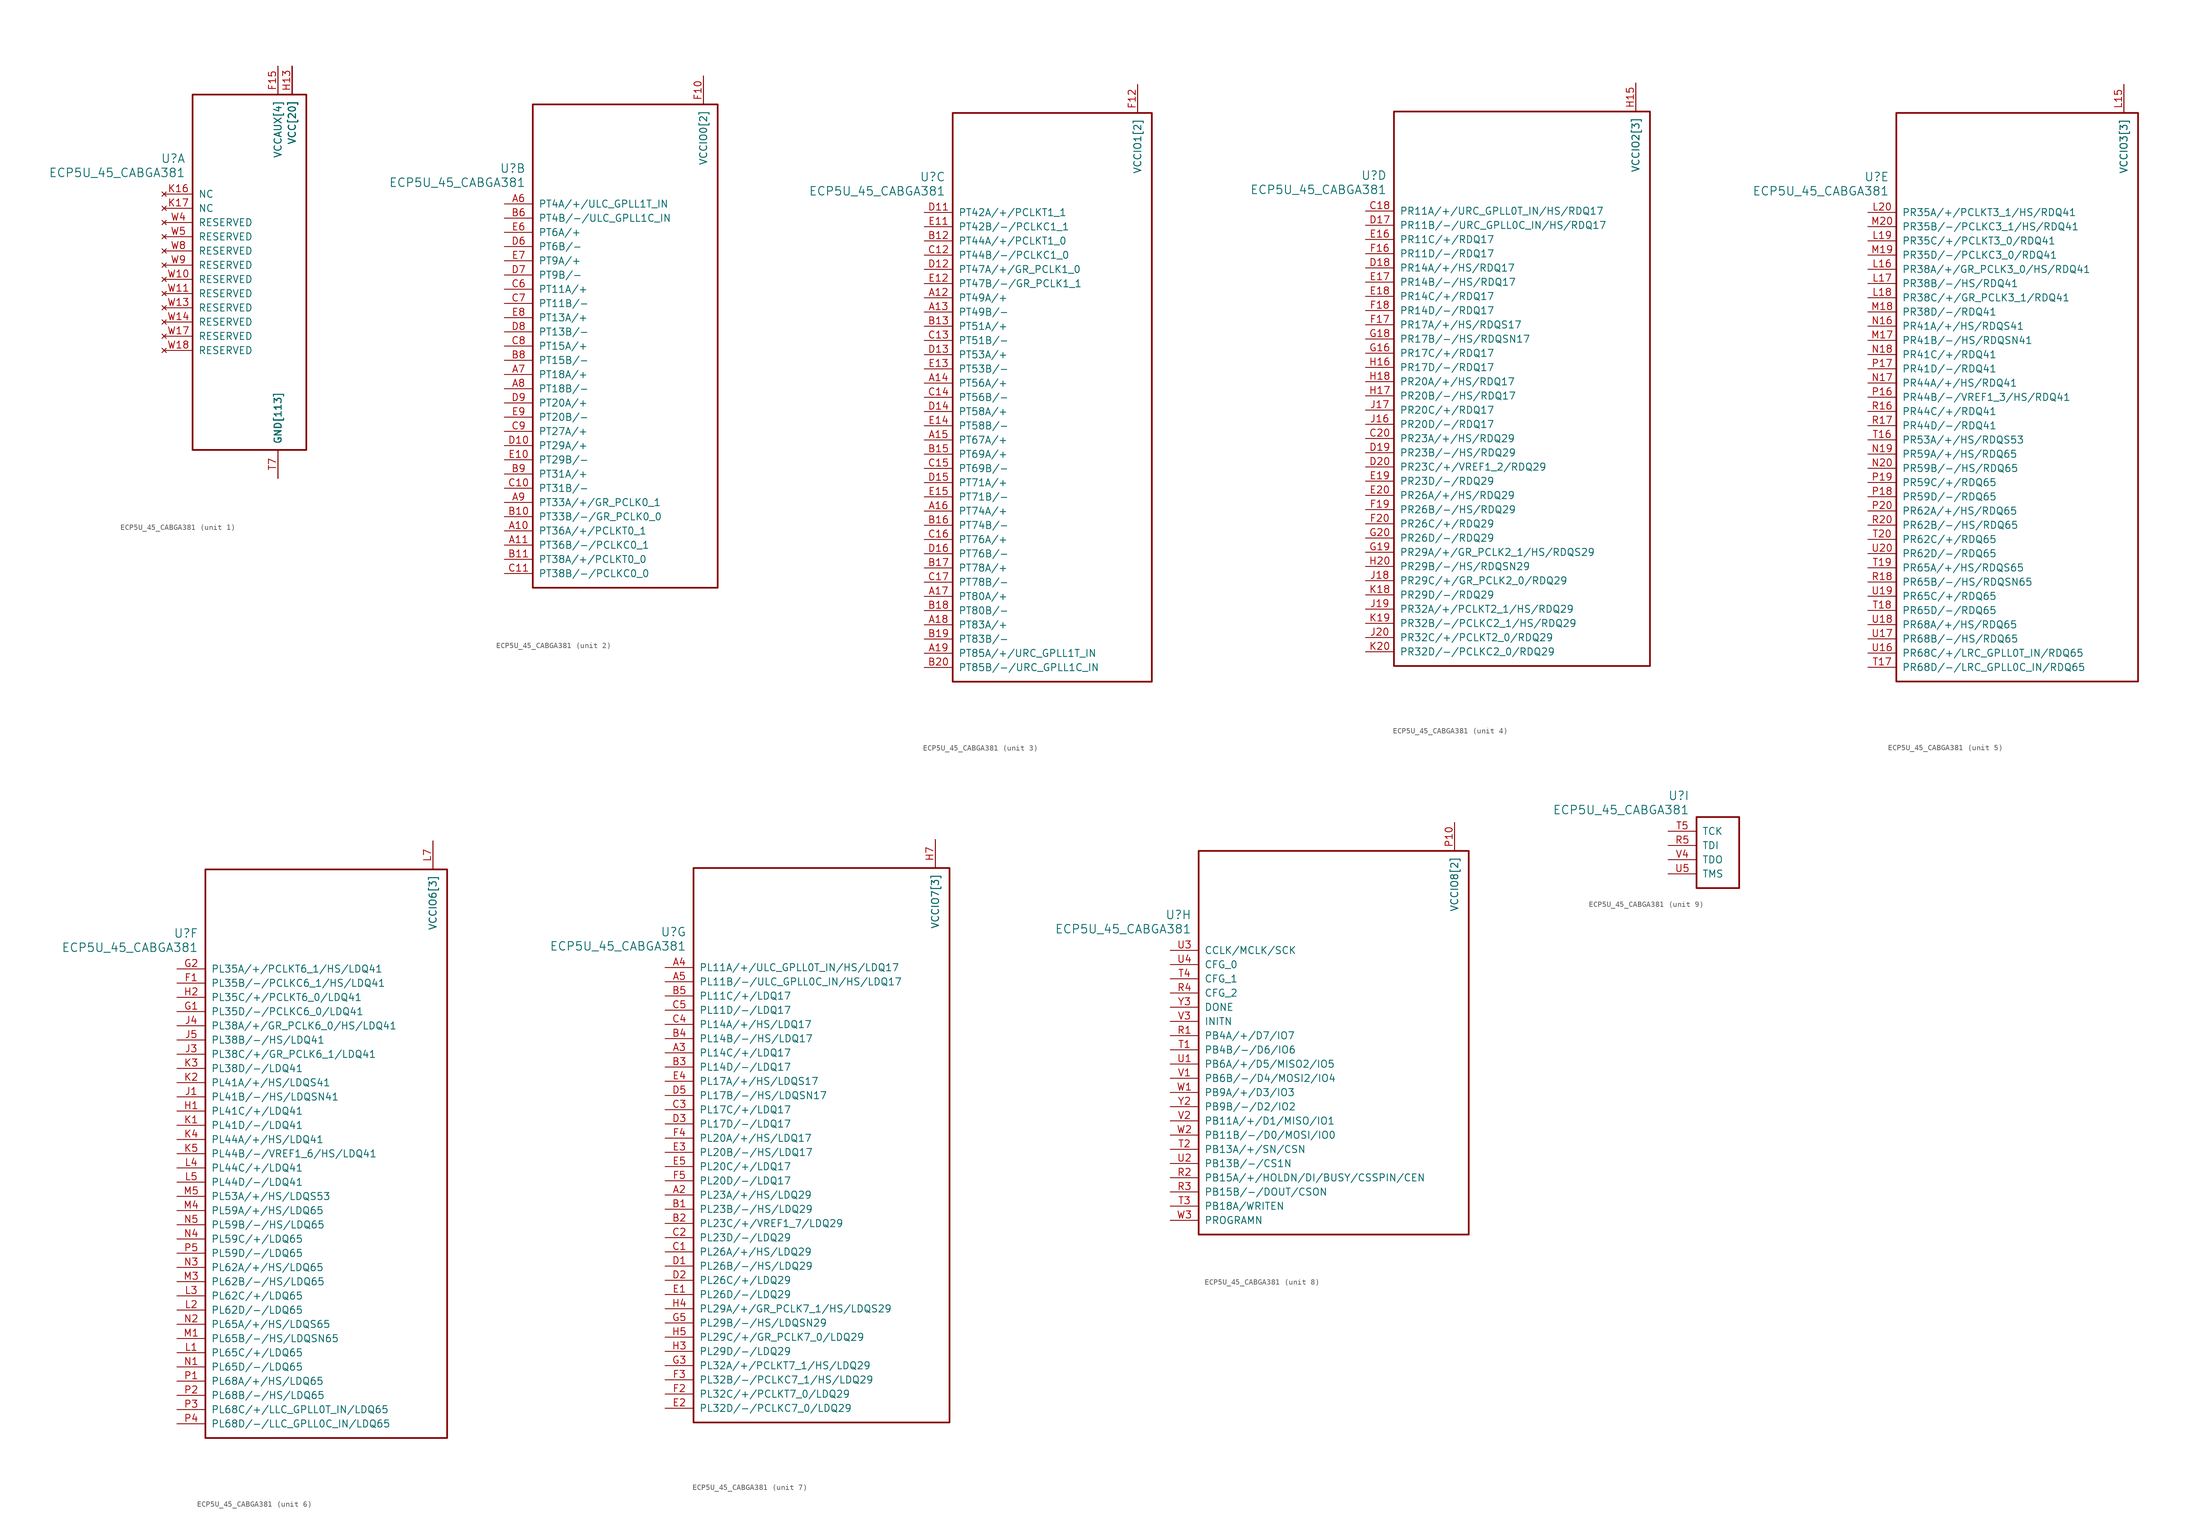
<source format=kicad_sym>
(kicad_symbol_lib
  (version 20231120)
  (generator "kicad_symbol_editor")
  (generator_version "8.0")
  (symbol "ECP5U_45_CABGA381"
    (pin_names
      (offset 1.016))
    (property "Reference" "U"
      (at 3.81 6.35 0)
      (effects (font (size 1.524 1.524)) (justify right)))
    (property "Value" "ECP5U_45_CABGA381"
      (at 3.81 3.81 0)
      (effects (font (size 1.524 1.524)) (justify right)))
    (property "ki_locked" ""
      (at 0 0 0)
      (effects (font (size 1.27 1.27))))
    (symbol "ECP5U_45_CABGA381_1_1"
      (rectangle (start 5.08 17.78) (end 25.4 -45.72) (stroke (width 0.305) (type default)) (fill (type none)))
      (pin power_in line (at 20.32 -50.8 90) (length 5.08) (name "GND[113]" (effects (font (size 1.27 1.27)))) (number "B14" (effects (font (size 0 0)))))
      (pin power_in line (at 20.32 -50.8 90) (length 5.08) (name "GND[113]" (effects (font (size 1.27 1.27)))) (number "B7" (effects (font (size 0 0)))))
      (pin power_in line (at 20.32 -50.8 90) (length 5.08) (name "GND[113]" (effects (font (size 1.27 1.27)))) (number "C19" (effects (font (size 0 0)))))
      (pin power_in line (at 20.32 -50.8 90) (length 5.08) (name "GND[113]" (effects (font (size 1.27 1.27)))) (number "D4" (effects (font (size 0 0)))))
      (pin power_in line (at 20.32 -50.8 90) (length 5.08) (name "GND[113]" (effects (font (size 1.27 1.27)))) (number "F13" (effects (font (size 0 0)))))
      (pin power_in line (at 20.32 -50.8 90) (length 5.08) (name "GND[113]" (effects (font (size 1.27 1.27)))) (number "F14" (effects (font (size 0 0)))))
      (pin power_in line (at 20.32 22.86 270) (length 5.08) (name "VCCAUX[4]" (effects (font (size 1.27 1.27)))) (number "F15" (effects (font (size 1.27 1.27)))))
      (pin power_in line (at 20.32 22.86 270) (length 5.08) (name "VCCAUX[4]" (effects (font (size 1.27 1.27)))) (number "F6" (effects (font (size 0 0)))))
      (pin power_in line (at 20.32 -50.8 90) (length 5.08) (name "GND[113]" (effects (font (size 1.27 1.27)))) (number "F7" (effects (font (size 0 0)))))
      (pin power_in line (at 20.32 -50.8 90) (length 5.08) (name "GND[113]" (effects (font (size 1.27 1.27)))) (number "F8" (effects (font (size 0 0)))))
      (pin power_in line (at 20.32 -50.8 90) (length 5.08) (name "GND[113]" (effects (font (size 1.27 1.27)))) (number "G10" (effects (font (size 0 0)))))
      (pin power_in line (at 20.32 -50.8 90) (length 5.08) (name "GND[113]" (effects (font (size 1.27 1.27)))) (number "G11" (effects (font (size 0 0)))))
      (pin power_in line (at 20.32 -50.8 90) (length 5.08) (name "GND[113]" (effects (font (size 1.27 1.27)))) (number "G12" (effects (font (size 0 0)))))
      (pin power_in line (at 20.32 -50.8 90) (length 5.08) (name "GND[113]" (effects (font (size 1.27 1.27)))) (number "G13" (effects (font (size 0 0)))))
      (pin power_in line (at 20.32 -50.8 90) (length 5.08) (name "GND[113]" (effects (font (size 1.27 1.27)))) (number "G14" (effects (font (size 0 0)))))
      (pin power_in line (at 20.32 -50.8 90) (length 5.08) (name "GND[113]" (effects (font (size 1.27 1.27)))) (number "G15" (effects (font (size 0 0)))))
      (pin power_in line (at 20.32 -50.8 90) (length 5.08) (name "GND[113]" (effects (font (size 1.27 1.27)))) (number "G17" (effects (font (size 0 0)))))
      (pin power_in line (at 20.32 -50.8 90) (length 5.08) (name "GND[113]" (effects (font (size 1.27 1.27)))) (number "G4" (effects (font (size 0 0)))))
      (pin power_in line (at 20.32 -50.8 90) (length 5.08) (name "GND[113]" (effects (font (size 1.27 1.27)))) (number "G6" (effects (font (size 0 0)))))
      (pin power_in line (at 20.32 -50.8 90) (length 5.08) (name "GND[113]" (effects (font (size 1.27 1.27)))) (number "G7" (effects (font (size 0 0)))))
      (pin power_in line (at 20.32 -50.8 90) (length 5.08) (name "GND[113]" (effects (font (size 1.27 1.27)))) (number "G8" (effects (font (size 0 0)))))
      (pin power_in line (at 20.32 -50.8 90) (length 5.08) (name "GND[113]" (effects (font (size 1.27 1.27)))) (number "G9" (effects (font (size 0 0)))))
      (pin power_in line (at 22.86 22.86 270) (length 5.08) (name "VCC[20]" (effects (font (size 1.27 1.27)))) (number "H10" (effects (font (size 0 0)))))
      (pin power_in line (at 22.86 22.86 270) (length 5.08) (name "VCC[20]" (effects (font (size 1.27 1.27)))) (number "H11" (effects (font (size 0 0)))))
      (pin power_in line (at 22.86 22.86 270) (length 5.08) (name "VCC[20]" (effects (font (size 1.27 1.27)))) (number "H12" (effects (font (size 0 0)))))
      (pin power_in line (at 22.86 22.86 270) (length 5.08) (name "VCC[20]" (effects (font (size 1.27 1.27)))) (number "H13" (effects (font (size 1.27 1.27)))))
      (pin power_in line (at 20.32 -50.8 90) (length 5.08) (name "GND[113]" (effects (font (size 1.27 1.27)))) (number "H19" (effects (font (size 0 0)))))
      (pin power_in line (at 22.86 22.86 270) (length 5.08) (name "VCC[20]" (effects (font (size 1.27 1.27)))) (number "H8" (effects (font (size 0 0)))))
      (pin power_in line (at 22.86 22.86 270) (length 5.08) (name "VCC[20]" (effects (font (size 1.27 1.27)))) (number "H9" (effects (font (size 0 0)))))
      (pin power_in line (at 20.32 -50.8 90) (length 5.08) (name "GND[113]" (effects (font (size 1.27 1.27)))) (number "J10" (effects (font (size 0 0)))))
      (pin power_in line (at 20.32 -50.8 90) (length 5.08) (name "GND[113]" (effects (font (size 1.27 1.27)))) (number "J11" (effects (font (size 0 0)))))
      (pin power_in line (at 20.32 -50.8 90) (length 5.08) (name "GND[113]" (effects (font (size 1.27 1.27)))) (number "J12" (effects (font (size 0 0)))))
      (pin power_in line (at 22.86 22.86 270) (length 5.08) (name "VCC[20]" (effects (font (size 1.27 1.27)))) (number "J13" (effects (font (size 0 0)))))
      (pin power_in line (at 20.32 -50.8 90) (length 5.08) (name "GND[113]" (effects (font (size 1.27 1.27)))) (number "J14" (effects (font (size 0 0)))))
      (pin power_in line (at 20.32 -50.8 90) (length 5.08) (name "GND[113]" (effects (font (size 1.27 1.27)))) (number "J2" (effects (font (size 0 0)))))
      (pin power_in line (at 20.32 -50.8 90) (length 5.08) (name "GND[113]" (effects (font (size 1.27 1.27)))) (number "J7" (effects (font (size 0 0)))))
      (pin power_in line (at 22.86 22.86 270) (length 5.08) (name "VCC[20]" (effects (font (size 1.27 1.27)))) (number "J8" (effects (font (size 0 0)))))
      (pin power_in line (at 20.32 -50.8 90) (length 5.08) (name "GND[113]" (effects (font (size 1.27 1.27)))) (number "J9" (effects (font (size 0 0)))))
      (pin power_in line (at 20.32 -50.8 90) (length 5.08) (name "GND[113]" (effects (font (size 1.27 1.27)))) (number "K10" (effects (font (size 0 0)))))
      (pin power_in line (at 20.32 -50.8 90) (length 5.08) (name "GND[113]" (effects (font (size 1.27 1.27)))) (number "K11" (effects (font (size 0 0)))))
      (pin power_in line (at 20.32 -50.8 90) (length 5.08) (name "GND[113]" (effects (font (size 1.27 1.27)))) (number "K12" (effects (font (size 0 0)))))
      (pin power_in line (at 22.86 22.86 270) (length 5.08) (name "VCC[20]" (effects (font (size 1.27 1.27)))) (number "K13" (effects (font (size 0 0)))))
      (pin power_in line (at 20.32 -50.8 90) (length 5.08) (name "GND[113]" (effects (font (size 1.27 1.27)))) (number "K14" (effects (font (size 0 0)))))
      (pin power_in line (at 20.32 -50.8 90) (length 5.08) (name "GND[113]" (effects (font (size 1.27 1.27)))) (number "K15" (effects (font (size 0 0)))))
      (pin no_connect line (at 0 0 0) (length 5.08) (name "NC" (effects (font (size 1.27 1.27)))) (number "K16" (effects (font (size 1.27 1.27)))))
      (pin no_connect line (at 0 -2.54 0) (length 5.08) (name "NC" (effects (font (size 1.27 1.27)))) (number "K17" (effects (font (size 1.27 1.27)))))
      (pin power_in line (at 20.32 -50.8 90) (length 5.08) (name "GND[113]" (effects (font (size 1.27 1.27)))) (number "K6" (effects (font (size 0 0)))))
      (pin power_in line (at 20.32 -50.8 90) (length 5.08) (name "GND[113]" (effects (font (size 1.27 1.27)))) (number "K7" (effects (font (size 0 0)))))
      (pin power_in line (at 22.86 22.86 270) (length 5.08) (name "VCC[20]" (effects (font (size 1.27 1.27)))) (number "K8" (effects (font (size 0 0)))))
      (pin power_in line (at 20.32 -50.8 90) (length 5.08) (name "GND[113]" (effects (font (size 1.27 1.27)))) (number "K9" (effects (font (size 0 0)))))
      (pin power_in line (at 20.32 -50.8 90) (length 5.08) (name "GND[113]" (effects (font (size 1.27 1.27)))) (number "L10" (effects (font (size 0 0)))))
      (pin power_in line (at 20.32 -50.8 90) (length 5.08) (name "GND[113]" (effects (font (size 1.27 1.27)))) (number "L11" (effects (font (size 0 0)))))
      (pin power_in line (at 20.32 -50.8 90) (length 5.08) (name "GND[113]" (effects (font (size 1.27 1.27)))) (number "L12" (effects (font (size 0 0)))))
      (pin power_in line (at 22.86 22.86 270) (length 5.08) (name "VCC[20]" (effects (font (size 1.27 1.27)))) (number "L13" (effects (font (size 0 0)))))
      (pin power_in line (at 22.86 22.86 270) (length 5.08) (name "VCC[20]" (effects (font (size 1.27 1.27)))) (number "L8" (effects (font (size 0 0)))))
      (pin power_in line (at 20.32 -50.8 90) (length 5.08) (name "GND[113]" (effects (font (size 1.27 1.27)))) (number "L9" (effects (font (size 0 0)))))
      (pin power_in line (at 20.32 -50.8 90) (length 5.08) (name "GND[113]" (effects (font (size 1.27 1.27)))) (number "M10" (effects (font (size 0 0)))))
      (pin power_in line (at 20.32 -50.8 90) (length 5.08) (name "GND[113]" (effects (font (size 1.27 1.27)))) (number "M11" (effects (font (size 0 0)))))
      (pin power_in line (at 20.32 -50.8 90) (length 5.08) (name "GND[113]" (effects (font (size 1.27 1.27)))) (number "M12" (effects (font (size 0 0)))))
      (pin power_in line (at 22.86 22.86 270) (length 5.08) (name "VCC[20]" (effects (font (size 1.27 1.27)))) (number "M13" (effects (font (size 0 0)))))
      (pin power_in line (at 20.32 -50.8 90) (length 5.08) (name "GND[113]" (effects (font (size 1.27 1.27)))) (number "M14" (effects (font (size 0 0)))))
      (pin power_in line (at 20.32 -50.8 90) (length 5.08) (name "GND[113]" (effects (font (size 1.27 1.27)))) (number "M16" (effects (font (size 0 0)))))
      (pin power_in line (at 20.32 -50.8 90) (length 5.08) (name "GND[113]" (effects (font (size 1.27 1.27)))) (number "M2" (effects (font (size 0 0)))))
      (pin power_in line (at 20.32 -50.8 90) (length 5.08) (name "GND[113]" (effects (font (size 1.27 1.27)))) (number "M7" (effects (font (size 0 0)))))
      (pin power_in line (at 22.86 22.86 270) (length 5.08) (name "VCC[20]" (effects (font (size 1.27 1.27)))) (number "M8" (effects (font (size 0 0)))))
      (pin power_in line (at 20.32 -50.8 90) (length 5.08) (name "GND[113]" (effects (font (size 1.27 1.27)))) (number "M9" (effects (font (size 0 0)))))
      (pin power_in line (at 22.86 22.86 270) (length 5.08) (name "VCC[20]" (effects (font (size 1.27 1.27)))) (number "N10" (effects (font (size 0 0)))))
      (pin power_in line (at 22.86 22.86 270) (length 5.08) (name "VCC[20]" (effects (font (size 1.27 1.27)))) (number "N11" (effects (font (size 0 0)))))
      (pin power_in line (at 22.86 22.86 270) (length 5.08) (name "VCC[20]" (effects (font (size 1.27 1.27)))) (number "N12" (effects (font (size 0 0)))))
      (pin power_in line (at 22.86 22.86 270) (length 5.08) (name "VCC[20]" (effects (font (size 1.27 1.27)))) (number "N13" (effects (font (size 0 0)))))
      (pin power_in line (at 20.32 -50.8 90) (length 5.08) (name "GND[113]" (effects (font (size 1.27 1.27)))) (number "N14" (effects (font (size 0 0)))))
      (pin power_in line (at 20.32 -50.8 90) (length 5.08) (name "GND[113]" (effects (font (size 1.27 1.27)))) (number "N15" (effects (font (size 0 0)))))
      (pin power_in line (at 20.32 -50.8 90) (length 5.08) (name "GND[113]" (effects (font (size 1.27 1.27)))) (number "N6" (effects (font (size 0 0)))))
      (pin power_in line (at 20.32 -50.8 90) (length 5.08) (name "GND[113]" (effects (font (size 1.27 1.27)))) (number "N7" (effects (font (size 0 0)))))
      (pin power_in line (at 22.86 22.86 270) (length 5.08) (name "VCC[20]" (effects (font (size 1.27 1.27)))) (number "N8" (effects (font (size 0 0)))))
      (pin power_in line (at 22.86 22.86 270) (length 5.08) (name "VCC[20]" (effects (font (size 1.27 1.27)))) (number "N9" (effects (font (size 0 0)))))
      (pin power_in line (at 20.32 -50.8 90) (length 5.08) (name "GND[113]" (effects (font (size 1.27 1.27)))) (number "P11" (effects (font (size 0 0)))))
      (pin power_in line (at 20.32 -50.8 90) (length 5.08) (name "GND[113]" (effects (font (size 1.27 1.27)))) (number "P12" (effects (font (size 0 0)))))
      (pin power_in line (at 20.32 -50.8 90) (length 5.08) (name "GND[113]" (effects (font (size 1.27 1.27)))) (number "P13" (effects (font (size 0 0)))))
      (pin power_in line (at 20.32 -50.8 90) (length 5.08) (name "GND[113]" (effects (font (size 1.27 1.27)))) (number "P14" (effects (font (size 0 0)))))
      (pin power_in line (at 20.32 22.86 270) (length 5.08) (name "VCCAUX[4]" (effects (font (size 1.27 1.27)))) (number "P15" (effects (font (size 0 0)))))
      (pin power_in line (at 20.32 22.86 270) (length 5.08) (name "VCCAUX[4]" (effects (font (size 1.27 1.27)))) (number "P6" (effects (font (size 0 0)))))
      (pin power_in line (at 20.32 -50.8 90) (length 5.08) (name "GND[113]" (effects (font (size 1.27 1.27)))) (number "P7" (effects (font (size 0 0)))))
      (pin power_in line (at 20.32 -50.8 90) (length 5.08) (name "GND[113]" (effects (font (size 1.27 1.27)))) (number "P8" (effects (font (size 0 0)))))
      (pin power_in line (at 20.32 -50.8 90) (length 5.08) (name "GND[113]" (effects (font (size 1.27 1.27)))) (number "R19" (effects (font (size 0 0)))))
      (pin power_in line (at 20.32 -50.8 90) (length 5.08) (name "GND[113]" (effects (font (size 1.27 1.27)))) (number "T10" (effects (font (size 0 0)))))
      (pin power_in line (at 20.32 -50.8 90) (length 5.08) (name "GND[113]" (effects (font (size 1.27 1.27)))) (number "T11" (effects (font (size 0 0)))))
      (pin power_in line (at 20.32 -50.8 90) (length 5.08) (name "GND[113]" (effects (font (size 1.27 1.27)))) (number "T12" (effects (font (size 0 0)))))
      (pin power_in line (at 20.32 -50.8 90) (length 5.08) (name "GND[113]" (effects (font (size 1.27 1.27)))) (number "T13" (effects (font (size 0 0)))))
      (pin power_in line (at 20.32 -50.8 90) (length 5.08) (name "GND[113]" (effects (font (size 1.27 1.27)))) (number "T14" (effects (font (size 0 0)))))
      (pin power_in line (at 20.32 -50.8 90) (length 5.08) (name "GND[113]" (effects (font (size 1.27 1.27)))) (number "T15" (effects (font (size 0 0)))))
      (pin power_in line (at 20.32 -50.8 90) (length 5.08) (name "GND[113]" (effects (font (size 1.27 1.27)))) (number "T6" (effects (font (size 0 0)))))
      (pin power_in line (at 20.32 -50.8 90) (length 5.08) (name "GND[113]" (effects (font (size 1.27 1.27)))) (number "T7" (effects (font (size 1.27 1.27)))))
      (pin power_in line (at 20.32 -50.8 90) (length 5.08) (name "GND[113]" (effects (font (size 1.27 1.27)))) (number "T8" (effects (font (size 0 0)))))
      (pin power_in line (at 20.32 -50.8 90) (length 5.08) (name "GND[113]" (effects (font (size 1.27 1.27)))) (number "T9" (effects (font (size 0 0)))))
      (pin power_in line (at 20.32 -50.8 90) (length 5.08) (name "GND[113]" (effects (font (size 1.27 1.27)))) (number "U10" (effects (font (size 0 0)))))
      (pin power_in line (at 20.32 -50.8 90) (length 5.08) (name "GND[113]" (effects (font (size 1.27 1.27)))) (number "U11" (effects (font (size 0 0)))))
      (pin power_in line (at 20.32 -50.8 90) (length 5.08) (name "GND[113]" (effects (font (size 1.27 1.27)))) (number "U12" (effects (font (size 0 0)))))
      (pin power_in line (at 20.32 -50.8 90) (length 5.08) (name "GND[113]" (effects (font (size 1.27 1.27)))) (number "U13" (effects (font (size 0 0)))))
      (pin power_in line (at 20.32 -50.8 90) (length 5.08) (name "GND[113]" (effects (font (size 1.27 1.27)))) (number "U14" (effects (font (size 0 0)))))
      (pin power_in line (at 20.32 -50.8 90) (length 5.08) (name "GND[113]" (effects (font (size 1.27 1.27)))) (number "U15" (effects (font (size 0 0)))))
      (pin power_in line (at 20.32 -50.8 90) (length 5.08) (name "GND[113]" (effects (font (size 1.27 1.27)))) (number "U6" (effects (font (size 0 0)))))
      (pin power_in line (at 20.32 -50.8 90) (length 5.08) (name "GND[113]" (effects (font (size 1.27 1.27)))) (number "U7" (effects (font (size 0 0)))))
      (pin power_in line (at 20.32 -50.8 90) (length 5.08) (name "GND[113]" (effects (font (size 1.27 1.27)))) (number "U8" (effects (font (size 0 0)))))
      (pin power_in line (at 20.32 -50.8 90) (length 5.08) (name "GND[113]" (effects (font (size 1.27 1.27)))) (number "U9" (effects (font (size 0 0)))))
      (pin power_in line (at 20.32 -50.8 90) (length 5.08) (name "GND[113]" (effects (font (size 1.27 1.27)))) (number "V10" (effects (font (size 0 0)))))
      (pin power_in line (at 20.32 -50.8 90) (length 5.08) (name "GND[113]" (effects (font (size 1.27 1.27)))) (number "V11" (effects (font (size 0 0)))))
      (pin power_in line (at 20.32 -50.8 90) (length 5.08) (name "GND[113]" (effects (font (size 1.27 1.27)))) (number "V12" (effects (font (size 0 0)))))
      (pin power_in line (at 20.32 -50.8 90) (length 5.08) (name "GND[113]" (effects (font (size 1.27 1.27)))) (number "V13" (effects (font (size 0 0)))))
      (pin power_in line (at 20.32 -50.8 90) (length 5.08) (name "GND[113]" (effects (font (size 1.27 1.27)))) (number "V14" (effects (font (size 0 0)))))
      (pin power_in line (at 20.32 -50.8 90) (length 5.08) (name "GND[113]" (effects (font (size 1.27 1.27)))) (number "V15" (effects (font (size 0 0)))))
      (pin power_in line (at 20.32 -50.8 90) (length 5.08) (name "GND[113]" (effects (font (size 1.27 1.27)))) (number "V16" (effects (font (size 0 0)))))
      (pin power_in line (at 20.32 -50.8 90) (length 5.08) (name "GND[113]" (effects (font (size 1.27 1.27)))) (number "V17" (effects (font (size 0 0)))))
      (pin power_in line (at 20.32 -50.8 90) (length 5.08) (name "GND[113]" (effects (font (size 1.27 1.27)))) (number "V18" (effects (font (size 0 0)))))
      (pin power_in line (at 20.32 -50.8 90) (length 5.08) (name "GND[113]" (effects (font (size 1.27 1.27)))) (number "V19" (effects (font (size 0 0)))))
      (pin power_in line (at 20.32 -50.8 90) (length 5.08) (name "GND[113]" (effects (font (size 1.27 1.27)))) (number "V20" (effects (font (size 0 0)))))
      (pin power_in line (at 20.32 -50.8 90) (length 5.08) (name "GND[113]" (effects (font (size 1.27 1.27)))) (number "V5" (effects (font (size 0 0)))))
      (pin power_in line (at 20.32 -50.8 90) (length 5.08) (name "GND[113]" (effects (font (size 1.27 1.27)))) (number "V6" (effects (font (size 0 0)))))
      (pin power_in line (at 20.32 -50.8 90) (length 5.08) (name "GND[113]" (effects (font (size 1.27 1.27)))) (number "V7" (effects (font (size 0 0)))))
      (pin power_in line (at 20.32 -50.8 90) (length 5.08) (name "GND[113]" (effects (font (size 1.27 1.27)))) (number "V8" (effects (font (size 0 0)))))
      (pin power_in line (at 20.32 -50.8 90) (length 5.08) (name "GND[113]" (effects (font (size 1.27 1.27)))) (number "V9" (effects (font (size 0 0)))))
      (pin no_connect line (at 0 -15.24 0) (length 5.08) (name "RESERVED" (effects (font (size 1.27 1.27)))) (number "W10" (effects (font (size 1.27 1.27)))))
      (pin no_connect line (at 0 -17.78 0) (length 5.08) (name "RESERVED" (effects (font (size 1.27 1.27)))) (number "W11" (effects (font (size 1.27 1.27)))))
      (pin power_in line (at 20.32 -50.8 90) (length 5.08) (name "GND[113]" (effects (font (size 1.27 1.27)))) (number "W12" (effects (font (size 0 0)))))
      (pin no_connect line (at 0 -20.32 0) (length 5.08) (name "RESERVED" (effects (font (size 1.27 1.27)))) (number "W13" (effects (font (size 1.27 1.27)))))
      (pin no_connect line (at 0 -22.86 0) (length 5.08) (name "RESERVED" (effects (font (size 1.27 1.27)))) (number "W14" (effects (font (size 1.27 1.27)))))
      (pin power_in line (at 20.32 -50.8 90) (length 5.08) (name "GND[113]" (effects (font (size 1.27 1.27)))) (number "W15" (effects (font (size 0 0)))))
      (pin power_in line (at 20.32 -50.8 90) (length 5.08) (name "GND[113]" (effects (font (size 1.27 1.27)))) (number "W16" (effects (font (size 0 0)))))
      (pin no_connect line (at 0 -25.4 0) (length 5.08) (name "RESERVED" (effects (font (size 1.27 1.27)))) (number "W17" (effects (font (size 1.27 1.27)))))
      (pin no_connect line (at 0 -27.94 0) (length 5.08) (name "RESERVED" (effects (font (size 1.27 1.27)))) (number "W18" (effects (font (size 1.27 1.27)))))
      (pin power_in line (at 20.32 -50.8 90) (length 5.08) (name "GND[113]" (effects (font (size 1.27 1.27)))) (number "W19" (effects (font (size 0 0)))))
      (pin power_in line (at 20.32 -50.8 90) (length 5.08) (name "GND[113]" (effects (font (size 1.27 1.27)))) (number "W20" (effects (font (size 0 0)))))
      (pin no_connect line (at 0 -5.08 0) (length 5.08) (name "RESERVED" (effects (font (size 1.27 1.27)))) (number "W4" (effects (font (size 1.27 1.27)))))
      (pin no_connect line (at 0 -7.62 0) (length 5.08) (name "RESERVED" (effects (font (size 1.27 1.27)))) (number "W5" (effects (font (size 1.27 1.27)))))
      (pin power_in line (at 20.32 -50.8 90) (length 5.08) (name "GND[113]" (effects (font (size 1.27 1.27)))) (number "W6" (effects (font (size 0 0)))))
      (pin power_in line (at 20.32 -50.8 90) (length 5.08) (name "GND[113]" (effects (font (size 1.27 1.27)))) (number "W7" (effects (font (size 0 0)))))
      (pin no_connect line (at 0 -10.16 0) (length 5.08) (name "RESERVED" (effects (font (size 1.27 1.27)))) (number "W8" (effects (font (size 1.27 1.27)))))
      (pin no_connect line (at 0 -12.7 0) (length 5.08) (name "RESERVED" (effects (font (size 1.27 1.27)))) (number "W9" (effects (font (size 1.27 1.27)))))
      (pin power_in line (at 20.32 -50.8 90) (length 5.08) (name "GND[113]" (effects (font (size 1.27 1.27)))) (number "Y11" (effects (font (size 0 0)))))
      (pin power_in line (at 20.32 -50.8 90) (length 5.08) (name "GND[113]" (effects (font (size 1.27 1.27)))) (number "Y12" (effects (font (size 0 0)))))
      (pin power_in line (at 20.32 -50.8 90) (length 5.08) (name "GND[113]" (effects (font (size 1.27 1.27)))) (number "Y14" (effects (font (size 0 0)))))
      (pin power_in line (at 20.32 -50.8 90) (length 5.08) (name "GND[113]" (effects (font (size 1.27 1.27)))) (number "Y15" (effects (font (size 0 0)))))
      (pin power_in line (at 20.32 -50.8 90) (length 5.08) (name "GND[113]" (effects (font (size 1.27 1.27)))) (number "Y16" (effects (font (size 0 0)))))
      (pin power_in line (at 20.32 -50.8 90) (length 5.08) (name "GND[113]" (effects (font (size 1.27 1.27)))) (number "Y17" (effects (font (size 0 0)))))
      (pin power_in line (at 20.32 -50.8 90) (length 5.08) (name "GND[113]" (effects (font (size 1.27 1.27)))) (number "Y19" (effects (font (size 0 0)))))
      (pin power_in line (at 20.32 -50.8 90) (length 5.08) (name "GND[113]" (effects (font (size 1.27 1.27)))) (number "Y5" (effects (font (size 0 0)))))
      (pin power_in line (at 20.32 -50.8 90) (length 5.08) (name "GND[113]" (effects (font (size 1.27 1.27)))) (number "Y6" (effects (font (size 0 0)))))
      (pin power_in line (at 20.32 -50.8 90) (length 5.08) (name "GND[113]" (effects (font (size 1.27 1.27)))) (number "Y7" (effects (font (size 0 0)))))
      (pin power_in line (at 20.32 -50.8 90) (length 5.08) (name "GND[113]" (effects (font (size 1.27 1.27)))) (number "Y8" (effects (font (size 0 0))))))
    (symbol "ECP5U_45_CABGA381_2_1"
      (rectangle (start 5.08 17.78) (end 38.1 -68.58) (stroke (width 0.305) (type default)) (fill (type none)))
      (pin bidirectional line (at 0 -58.42 0) (length 5.08) (name "PT36A/+/PCLKT0_1" (effects (font (size 1.27 1.27)))) (number "A10" (effects (font (size 1.27 1.27)))))
      (pin bidirectional line (at 0 -60.96 0) (length 5.08) (name "PT36B/-/PCLKC0_1" (effects (font (size 1.27 1.27)))) (number "A11" (effects (font (size 1.27 1.27)))))
      (pin bidirectional line (at 0 0 0) (length 5.08) (name "PT4A/+/ULC_GPLL1T_IN" (effects (font (size 1.27 1.27)))) (number "A6" (effects (font (size 1.27 1.27)))))
      (pin bidirectional line (at 0 -30.48 0) (length 5.08) (name "PT18A/+" (effects (font (size 1.27 1.27)))) (number "A7" (effects (font (size 1.27 1.27)))))
      (pin bidirectional line (at 0 -33.02 0) (length 5.08) (name "PT18B/-" (effects (font (size 1.27 1.27)))) (number "A8" (effects (font (size 1.27 1.27)))))
      (pin bidirectional line (at 0 -53.34 0) (length 5.08) (name "PT33A/+/GR_PCLK0_1" (effects (font (size 1.27 1.27)))) (number "A9" (effects (font (size 1.27 1.27)))))
      (pin bidirectional line (at 0 -55.88 0) (length 5.08) (name "PT33B/-/GR_PCLK0_0" (effects (font (size 1.27 1.27)))) (number "B10" (effects (font (size 1.27 1.27)))))
      (pin bidirectional line (at 0 -63.5 0) (length 5.08) (name "PT38A/+/PCLKT0_0" (effects (font (size 1.27 1.27)))) (number "B11" (effects (font (size 1.27 1.27)))))
      (pin bidirectional line (at 0 -2.54 0) (length 5.08) (name "PT4B/-/ULC_GPLL1C_IN" (effects (font (size 1.27 1.27)))) (number "B6" (effects (font (size 1.27 1.27)))))
      (pin bidirectional line (at 0 -27.94 0) (length 5.08) (name "PT15B/-" (effects (font (size 1.27 1.27)))) (number "B8" (effects (font (size 1.27 1.27)))))
      (pin bidirectional line (at 0 -48.26 0) (length 5.08) (name "PT31A/+" (effects (font (size 1.27 1.27)))) (number "B9" (effects (font (size 1.27 1.27)))))
      (pin bidirectional line (at 0 -50.8 0) (length 5.08) (name "PT31B/-" (effects (font (size 1.27 1.27)))) (number "C10" (effects (font (size 1.27 1.27)))))
      (pin bidirectional line (at 0 -66.04 0) (length 5.08) (name "PT38B/-/PCLKC0_0" (effects (font (size 1.27 1.27)))) (number "C11" (effects (font (size 1.27 1.27)))))
      (pin bidirectional line (at 0 -15.24 0) (length 5.08) (name "PT11A/+" (effects (font (size 1.27 1.27)))) (number "C6" (effects (font (size 1.27 1.27)))))
      (pin bidirectional line (at 0 -17.78 0) (length 5.08) (name "PT11B/-" (effects (font (size 1.27 1.27)))) (number "C7" (effects (font (size 1.27 1.27)))))
      (pin bidirectional line (at 0 -25.4 0) (length 5.08) (name "PT15A/+" (effects (font (size 1.27 1.27)))) (number "C8" (effects (font (size 1.27 1.27)))))
      (pin bidirectional line (at 0 -40.64 0) (length 5.08) (name "PT27A/+" (effects (font (size 1.27 1.27)))) (number "C9" (effects (font (size 1.27 1.27)))))
      (pin bidirectional line (at 0 -43.18 0) (length 5.08) (name "PT29A/+" (effects (font (size 1.27 1.27)))) (number "D10" (effects (font (size 1.27 1.27)))))
      (pin bidirectional line (at 0 -7.62 0) (length 5.08) (name "PT6B/-" (effects (font (size 1.27 1.27)))) (number "D6" (effects (font (size 1.27 1.27)))))
      (pin bidirectional line (at 0 -12.7 0) (length 5.08) (name "PT9B/-" (effects (font (size 1.27 1.27)))) (number "D7" (effects (font (size 1.27 1.27)))))
      (pin bidirectional line (at 0 -22.86 0) (length 5.08) (name "PT13B/-" (effects (font (size 1.27 1.27)))) (number "D8" (effects (font (size 1.27 1.27)))))
      (pin bidirectional line (at 0 -35.56 0) (length 5.08) (name "PT20A/+" (effects (font (size 1.27 1.27)))) (number "D9" (effects (font (size 1.27 1.27)))))
      (pin bidirectional line (at 0 -45.72 0) (length 5.08) (name "PT29B/-" (effects (font (size 1.27 1.27)))) (number "E10" (effects (font (size 1.27 1.27)))))
      (pin bidirectional line (at 0 -5.08 0) (length 5.08) (name "PT6A/+" (effects (font (size 1.27 1.27)))) (number "E6" (effects (font (size 1.27 1.27)))))
      (pin bidirectional line (at 0 -10.16 0) (length 5.08) (name "PT9A/+" (effects (font (size 1.27 1.27)))) (number "E7" (effects (font (size 1.27 1.27)))))
      (pin bidirectional line (at 0 -20.32 0) (length 5.08) (name "PT13A/+" (effects (font (size 1.27 1.27)))) (number "E8" (effects (font (size 1.27 1.27)))))
      (pin bidirectional line (at 0 -38.1 0) (length 5.08) (name "PT20B/-" (effects (font (size 1.27 1.27)))) (number "E9" (effects (font (size 1.27 1.27)))))
      (pin power_in line (at 35.56 22.86 270) (length 5.08) (name "VCCIO0[2]" (effects (font (size 1.27 1.27)))) (number "F10" (effects (font (size 1.27 1.27)))))
      (pin power_in line (at 35.56 22.86 270) (length 5.08) (name "VCCIO0[2]" (effects (font (size 1.27 1.27)))) (number "F9" (effects (font (size 0 0))))))
    (symbol "ECP5U_45_CABGA381_3_1"
      (rectangle (start 5.08 17.78) (end 40.64 -83.82) (stroke (width 0.305) (type default)) (fill (type none)))
      (pin bidirectional line (at 0 -15.24 0) (length 5.08) (name "PT49A/+" (effects (font (size 1.27 1.27)))) (number "A12" (effects (font (size 1.27 1.27)))))
      (pin bidirectional line (at 0 -17.78 0) (length 5.08) (name "PT49B/-" (effects (font (size 1.27 1.27)))) (number "A13" (effects (font (size 1.27 1.27)))))
      (pin bidirectional line (at 0 -30.48 0) (length 5.08) (name "PT56A/+" (effects (font (size 1.27 1.27)))) (number "A14" (effects (font (size 1.27 1.27)))))
      (pin bidirectional line (at 0 -40.64 0) (length 5.08) (name "PT67A/+" (effects (font (size 1.27 1.27)))) (number "A15" (effects (font (size 1.27 1.27)))))
      (pin bidirectional line (at 0 -53.34 0) (length 5.08) (name "PT74A/+" (effects (font (size 1.27 1.27)))) (number "A16" (effects (font (size 1.27 1.27)))))
      (pin bidirectional line (at 0 -68.58 0) (length 5.08) (name "PT80A/+" (effects (font (size 1.27 1.27)))) (number "A17" (effects (font (size 1.27 1.27)))))
      (pin bidirectional line (at 0 -73.66 0) (length 5.08) (name "PT83A/+" (effects (font (size 1.27 1.27)))) (number "A18" (effects (font (size 1.27 1.27)))))
      (pin bidirectional line (at 0 -78.74 0) (length 5.08) (name "PT85A/+/URC_GPLL1T_IN" (effects (font (size 1.27 1.27)))) (number "A19" (effects (font (size 1.27 1.27)))))
      (pin bidirectional line (at 0 -5.08 0) (length 5.08) (name "PT44A/+/PCLKT1_0" (effects (font (size 1.27 1.27)))) (number "B12" (effects (font (size 1.27 1.27)))))
      (pin bidirectional line (at 0 -20.32 0) (length 5.08) (name "PT51A/+" (effects (font (size 1.27 1.27)))) (number "B13" (effects (font (size 1.27 1.27)))))
      (pin bidirectional line (at 0 -43.18 0) (length 5.08) (name "PT69A/+" (effects (font (size 1.27 1.27)))) (number "B15" (effects (font (size 1.27 1.27)))))
      (pin bidirectional line (at 0 -55.88 0) (length 5.08) (name "PT74B/-" (effects (font (size 1.27 1.27)))) (number "B16" (effects (font (size 1.27 1.27)))))
      (pin bidirectional line (at 0 -63.5 0) (length 5.08) (name "PT78A/+" (effects (font (size 1.27 1.27)))) (number "B17" (effects (font (size 1.27 1.27)))))
      (pin bidirectional line (at 0 -71.12 0) (length 5.08) (name "PT80B/-" (effects (font (size 1.27 1.27)))) (number "B18" (effects (font (size 1.27 1.27)))))
      (pin bidirectional line (at 0 -76.2 0) (length 5.08) (name "PT83B/-" (effects (font (size 1.27 1.27)))) (number "B19" (effects (font (size 1.27 1.27)))))
      (pin bidirectional line (at 0 -81.28 0) (length 5.08) (name "PT85B/-/URC_GPLL1C_IN" (effects (font (size 1.27 1.27)))) (number "B20" (effects (font (size 1.27 1.27)))))
      (pin bidirectional line (at 0 -7.62 0) (length 5.08) (name "PT44B/-/PCLKC1_0" (effects (font (size 1.27 1.27)))) (number "C12" (effects (font (size 1.27 1.27)))))
      (pin bidirectional line (at 0 -22.86 0) (length 5.08) (name "PT51B/-" (effects (font (size 1.27 1.27)))) (number "C13" (effects (font (size 1.27 1.27)))))
      (pin bidirectional line (at 0 -33.02 0) (length 5.08) (name "PT56B/-" (effects (font (size 1.27 1.27)))) (number "C14" (effects (font (size 1.27 1.27)))))
      (pin bidirectional line (at 0 -45.72 0) (length 5.08) (name "PT69B/-" (effects (font (size 1.27 1.27)))) (number "C15" (effects (font (size 1.27 1.27)))))
      (pin bidirectional line (at 0 -58.42 0) (length 5.08) (name "PT76A/+" (effects (font (size 1.27 1.27)))) (number "C16" (effects (font (size 1.27 1.27)))))
      (pin bidirectional line (at 0 -66.04 0) (length 5.08) (name "PT78B/-" (effects (font (size 1.27 1.27)))) (number "C17" (effects (font (size 1.27 1.27)))))
      (pin bidirectional line (at 0 0 0) (length 5.08) (name "PT42A/+/PCLKT1_1" (effects (font (size 1.27 1.27)))) (number "D11" (effects (font (size 1.27 1.27)))))
      (pin bidirectional line (at 0 -10.16 0) (length 5.08) (name "PT47A/+/GR_PCLK1_0" (effects (font (size 1.27 1.27)))) (number "D12" (effects (font (size 1.27 1.27)))))
      (pin bidirectional line (at 0 -25.4 0) (length 5.08) (name "PT53A/+" (effects (font (size 1.27 1.27)))) (number "D13" (effects (font (size 1.27 1.27)))))
      (pin bidirectional line (at 0 -35.56 0) (length 5.08) (name "PT58A/+" (effects (font (size 1.27 1.27)))) (number "D14" (effects (font (size 1.27 1.27)))))
      (pin bidirectional line (at 0 -48.26 0) (length 5.08) (name "PT71A/+" (effects (font (size 1.27 1.27)))) (number "D15" (effects (font (size 1.27 1.27)))))
      (pin bidirectional line (at 0 -60.96 0) (length 5.08) (name "PT76B/-" (effects (font (size 1.27 1.27)))) (number "D16" (effects (font (size 1.27 1.27)))))
      (pin bidirectional line (at 0 -2.54 0) (length 5.08) (name "PT42B/-/PCLKC1_1" (effects (font (size 1.27 1.27)))) (number "E11" (effects (font (size 1.27 1.27)))))
      (pin bidirectional line (at 0 -12.7 0) (length 5.08) (name "PT47B/-/GR_PCLK1_1" (effects (font (size 1.27 1.27)))) (number "E12" (effects (font (size 1.27 1.27)))))
      (pin bidirectional line (at 0 -27.94 0) (length 5.08) (name "PT53B/-" (effects (font (size 1.27 1.27)))) (number "E13" (effects (font (size 1.27 1.27)))))
      (pin bidirectional line (at 0 -38.1 0) (length 5.08) (name "PT58B/-" (effects (font (size 1.27 1.27)))) (number "E14" (effects (font (size 1.27 1.27)))))
      (pin bidirectional line (at 0 -50.8 0) (length 5.08) (name "PT71B/-" (effects (font (size 1.27 1.27)))) (number "E15" (effects (font (size 1.27 1.27)))))
      (pin power_in line (at 38.1 22.86 270) (length 5.08) (name "VCCIO1[2]" (effects (font (size 1.27 1.27)))) (number "F11" (effects (font (size 0 0)))))
      (pin power_in line (at 38.1 22.86 270) (length 5.08) (name "VCCIO1[2]" (effects (font (size 1.27 1.27)))) (number "F12" (effects (font (size 1.27 1.27))))))
    (symbol "ECP5U_45_CABGA381_4_1"
      (rectangle (start 5.08 17.78) (end 50.8 -81.28) (stroke (width 0.305) (type default)) (fill (type none)))
      (pin bidirectional line (at 0 0 0) (length 5.08) (name "PR11A/+/URC_GPLL0T_IN/HS/RDQ17" (effects (font (size 1.27 1.27)))) (number "C18" (effects (font (size 1.27 1.27)))))
      (pin bidirectional line (at 0 -40.64 0) (length 5.08) (name "PR23A/+/HS/RDQ29" (effects (font (size 1.27 1.27)))) (number "C20" (effects (font (size 1.27 1.27)))))
      (pin bidirectional line (at 0 -2.54 0) (length 5.08) (name "PR11B/-/URC_GPLL0C_IN/HS/RDQ17" (effects (font (size 1.27 1.27)))) (number "D17" (effects (font (size 1.27 1.27)))))
      (pin bidirectional line (at 0 -10.16 0) (length 5.08) (name "PR14A/+/HS/RDQ17" (effects (font (size 1.27 1.27)))) (number "D18" (effects (font (size 1.27 1.27)))))
      (pin bidirectional line (at 0 -43.18 0) (length 5.08) (name "PR23B/-/HS/RDQ29" (effects (font (size 1.27 1.27)))) (number "D19" (effects (font (size 1.27 1.27)))))
      (pin bidirectional line (at 0 -45.72 0) (length 5.08) (name "PR23C/+/VREF1_2/RDQ29" (effects (font (size 1.27 1.27)))) (number "D20" (effects (font (size 1.27 1.27)))))
      (pin bidirectional line (at 0 -5.08 0) (length 5.08) (name "PR11C/+/RDQ17" (effects (font (size 1.27 1.27)))) (number "E16" (effects (font (size 1.27 1.27)))))
      (pin bidirectional line (at 0 -12.7 0) (length 5.08) (name "PR14B/-/HS/RDQ17" (effects (font (size 1.27 1.27)))) (number "E17" (effects (font (size 1.27 1.27)))))
      (pin bidirectional line (at 0 -15.24 0) (length 5.08) (name "PR14C/+/RDQ17" (effects (font (size 1.27 1.27)))) (number "E18" (effects (font (size 1.27 1.27)))))
      (pin bidirectional line (at 0 -48.26 0) (length 5.08) (name "PR23D/-/RDQ29" (effects (font (size 1.27 1.27)))) (number "E19" (effects (font (size 1.27 1.27)))))
      (pin bidirectional line (at 0 -50.8 0) (length 5.08) (name "PR26A/+/HS/RDQ29" (effects (font (size 1.27 1.27)))) (number "E20" (effects (font (size 1.27 1.27)))))
      (pin bidirectional line (at 0 -7.62 0) (length 5.08) (name "PR11D/-/RDQ17" (effects (font (size 1.27 1.27)))) (number "F16" (effects (font (size 1.27 1.27)))))
      (pin bidirectional line (at 0 -20.32 0) (length 5.08) (name "PR17A/+/HS/RDQS17" (effects (font (size 1.27 1.27)))) (number "F17" (effects (font (size 1.27 1.27)))))
      (pin bidirectional line (at 0 -17.78 0) (length 5.08) (name "PR14D/-/RDQ17" (effects (font (size 1.27 1.27)))) (number "F18" (effects (font (size 1.27 1.27)))))
      (pin bidirectional line (at 0 -53.34 0) (length 5.08) (name "PR26B/-/HS/RDQ29" (effects (font (size 1.27 1.27)))) (number "F19" (effects (font (size 1.27 1.27)))))
      (pin bidirectional line (at 0 -55.88 0) (length 5.08) (name "PR26C/+/RDQ29" (effects (font (size 1.27 1.27)))) (number "F20" (effects (font (size 1.27 1.27)))))
      (pin bidirectional line (at 0 -25.4 0) (length 5.08) (name "PR17C/+/RDQ17" (effects (font (size 1.27 1.27)))) (number "G16" (effects (font (size 1.27 1.27)))))
      (pin bidirectional line (at 0 -22.86 0) (length 5.08) (name "PR17B/-/HS/RDQSN17" (effects (font (size 1.27 1.27)))) (number "G18" (effects (font (size 1.27 1.27)))))
      (pin bidirectional line (at 0 -60.96 0) (length 5.08) (name "PR29A/+/GR_PCLK2_1/HS/RDQS29" (effects (font (size 1.27 1.27)))) (number "G19" (effects (font (size 1.27 1.27)))))
      (pin bidirectional line (at 0 -58.42 0) (length 5.08) (name "PR26D/-/RDQ29" (effects (font (size 1.27 1.27)))) (number "G20" (effects (font (size 1.27 1.27)))))
      (pin power_in line (at 48.26 22.86 270) (length 5.08) (name "VCCIO2[3]" (effects (font (size 1.27 1.27)))) (number "H14" (effects (font (size 0 0)))))
      (pin power_in line (at 48.26 22.86 270) (length 5.08) (name "VCCIO2[3]" (effects (font (size 1.27 1.27)))) (number "H15" (effects (font (size 1.27 1.27)))))
      (pin bidirectional line (at 0 -27.94 0) (length 5.08) (name "PR17D/-/RDQ17" (effects (font (size 1.27 1.27)))) (number "H16" (effects (font (size 1.27 1.27)))))
      (pin bidirectional line (at 0 -33.02 0) (length 5.08) (name "PR20B/-/HS/RDQ17" (effects (font (size 1.27 1.27)))) (number "H17" (effects (font (size 1.27 1.27)))))
      (pin bidirectional line (at 0 -30.48 0) (length 5.08) (name "PR20A/+/HS/RDQ17" (effects (font (size 1.27 1.27)))) (number "H18" (effects (font (size 1.27 1.27)))))
      (pin bidirectional line (at 0 -63.5 0) (length 5.08) (name "PR29B/-/HS/RDQSN29" (effects (font (size 1.27 1.27)))) (number "H20" (effects (font (size 1.27 1.27)))))
      (pin power_in line (at 48.26 22.86 270) (length 5.08) (name "VCCIO2[3]" (effects (font (size 1.27 1.27)))) (number "J15" (effects (font (size 0 0)))))
      (pin bidirectional line (at 0 -38.1 0) (length 5.08) (name "PR20D/-/RDQ17" (effects (font (size 1.27 1.27)))) (number "J16" (effects (font (size 1.27 1.27)))))
      (pin bidirectional line (at 0 -35.56 0) (length 5.08) (name "PR20C/+/RDQ17" (effects (font (size 1.27 1.27)))) (number "J17" (effects (font (size 1.27 1.27)))))
      (pin bidirectional line (at 0 -66.04 0) (length 5.08) (name "PR29C/+/GR_PCLK2_0/RDQ29" (effects (font (size 1.27 1.27)))) (number "J18" (effects (font (size 1.27 1.27)))))
      (pin bidirectional line (at 0 -71.12 0) (length 5.08) (name "PR32A/+/PCLKT2_1/HS/RDQ29" (effects (font (size 1.27 1.27)))) (number "J19" (effects (font (size 1.27 1.27)))))
      (pin bidirectional line (at 0 -76.2 0) (length 5.08) (name "PR32C/+/PCLKT2_0/RDQ29" (effects (font (size 1.27 1.27)))) (number "J20" (effects (font (size 1.27 1.27)))))
      (pin bidirectional line (at 0 -68.58 0) (length 5.08) (name "PR29D/-/RDQ29" (effects (font (size 1.27 1.27)))) (number "K18" (effects (font (size 1.27 1.27)))))
      (pin bidirectional line (at 0 -73.66 0) (length 5.08) (name "PR32B/-/PCLKC2_1/HS/RDQ29" (effects (font (size 1.27 1.27)))) (number "K19" (effects (font (size 1.27 1.27)))))
      (pin bidirectional line (at 0 -78.74 0) (length 5.08) (name "PR32D/-/PCLKC2_0/RDQ29" (effects (font (size 1.27 1.27)))) (number "K20" (effects (font (size 1.27 1.27))))))
    (symbol "ECP5U_45_CABGA381_5_1"
      (rectangle (start 5.08 17.78) (end 48.26 -83.82) (stroke (width 0.305) (type default)) (fill (type none)))
      (pin power_in line (at 45.72 22.86 270) (length 5.08) (name "VCCIO3[3]" (effects (font (size 1.27 1.27)))) (number "L14" (effects (font (size 0 0)))))
      (pin power_in line (at 45.72 22.86 270) (length 5.08) (name "VCCIO3[3]" (effects (font (size 1.27 1.27)))) (number "L15" (effects (font (size 1.27 1.27)))))
      (pin bidirectional line (at 0 -10.16 0) (length 5.08) (name "PR38A/+/GR_PCLK3_0/HS/RDQ41" (effects (font (size 1.27 1.27)))) (number "L16" (effects (font (size 1.27 1.27)))))
      (pin bidirectional line (at 0 -12.7 0) (length 5.08) (name "PR38B/-/HS/RDQ41" (effects (font (size 1.27 1.27)))) (number "L17" (effects (font (size 1.27 1.27)))))
      (pin bidirectional line (at 0 -15.24 0) (length 5.08) (name "PR38C/+/GR_PCLK3_1/RDQ41" (effects (font (size 1.27 1.27)))) (number "L18" (effects (font (size 1.27 1.27)))))
      (pin bidirectional line (at 0 -5.08 0) (length 5.08) (name "PR35C/+/PCLKT3_0/RDQ41" (effects (font (size 1.27 1.27)))) (number "L19" (effects (font (size 1.27 1.27)))))
      (pin bidirectional line (at 0 0 0) (length 5.08) (name "PR35A/+/PCLKT3_1/HS/RDQ41" (effects (font (size 1.27 1.27)))) (number "L20" (effects (font (size 1.27 1.27)))))
      (pin power_in line (at 45.72 22.86 270) (length 5.08) (name "VCCIO3[3]" (effects (font (size 1.27 1.27)))) (number "M15" (effects (font (size 0 0)))))
      (pin bidirectional line (at 0 -22.86 0) (length 5.08) (name "PR41B/-/HS/RDQSN41" (effects (font (size 1.27 1.27)))) (number "M17" (effects (font (size 1.27 1.27)))))
      (pin bidirectional line (at 0 -17.78 0) (length 5.08) (name "PR38D/-/RDQ41" (effects (font (size 1.27 1.27)))) (number "M18" (effects (font (size 1.27 1.27)))))
      (pin bidirectional line (at 0 -7.62 0) (length 5.08) (name "PR35D/-/PCLKC3_0/RDQ41" (effects (font (size 1.27 1.27)))) (number "M19" (effects (font (size 1.27 1.27)))))
      (pin bidirectional line (at 0 -2.54 0) (length 5.08) (name "PR35B/-/PCLKC3_1/HS/RDQ41" (effects (font (size 1.27 1.27)))) (number "M20" (effects (font (size 1.27 1.27)))))
      (pin bidirectional line (at 0 -20.32 0) (length 5.08) (name "PR41A/+/HS/RDQS41" (effects (font (size 1.27 1.27)))) (number "N16" (effects (font (size 1.27 1.27)))))
      (pin bidirectional line (at 0 -30.48 0) (length 5.08) (name "PR44A/+/HS/RDQ41" (effects (font (size 1.27 1.27)))) (number "N17" (effects (font (size 1.27 1.27)))))
      (pin bidirectional line (at 0 -25.4 0) (length 5.08) (name "PR41C/+/RDQ41" (effects (font (size 1.27 1.27)))) (number "N18" (effects (font (size 1.27 1.27)))))
      (pin bidirectional line (at 0 -43.18 0) (length 5.08) (name "PR59A/+/HS/RDQ65" (effects (font (size 1.27 1.27)))) (number "N19" (effects (font (size 1.27 1.27)))))
      (pin bidirectional line (at 0 -45.72 0) (length 5.08) (name "PR59B/-/HS/RDQ65" (effects (font (size 1.27 1.27)))) (number "N20" (effects (font (size 1.27 1.27)))))
      (pin bidirectional line (at 0 -33.02 0) (length 5.08) (name "PR44B/-/VREF1_3/HS/RDQ41" (effects (font (size 1.27 1.27)))) (number "P16" (effects (font (size 1.27 1.27)))))
      (pin bidirectional line (at 0 -27.94 0) (length 5.08) (name "PR41D/-/RDQ41" (effects (font (size 1.27 1.27)))) (number "P17" (effects (font (size 1.27 1.27)))))
      (pin bidirectional line (at 0 -50.8 0) (length 5.08) (name "PR59D/-/RDQ65" (effects (font (size 1.27 1.27)))) (number "P18" (effects (font (size 1.27 1.27)))))
      (pin bidirectional line (at 0 -48.26 0) (length 5.08) (name "PR59C/+/RDQ65" (effects (font (size 1.27 1.27)))) (number "P19" (effects (font (size 1.27 1.27)))))
      (pin bidirectional line (at 0 -53.34 0) (length 5.08) (name "PR62A/+/HS/RDQ65" (effects (font (size 1.27 1.27)))) (number "P20" (effects (font (size 1.27 1.27)))))
      (pin bidirectional line (at 0 -35.56 0) (length 5.08) (name "PR44C/+/RDQ41" (effects (font (size 1.27 1.27)))) (number "R16" (effects (font (size 1.27 1.27)))))
      (pin bidirectional line (at 0 -38.1 0) (length 5.08) (name "PR44D/-/RDQ41" (effects (font (size 1.27 1.27)))) (number "R17" (effects (font (size 1.27 1.27)))))
      (pin bidirectional line (at 0 -66.04 0) (length 5.08) (name "PR65B/-/HS/RDQSN65" (effects (font (size 1.27 1.27)))) (number "R18" (effects (font (size 1.27 1.27)))))
      (pin bidirectional line (at 0 -55.88 0) (length 5.08) (name "PR62B/-/HS/RDQ65" (effects (font (size 1.27 1.27)))) (number "R20" (effects (font (size 1.27 1.27)))))
      (pin bidirectional line (at 0 -40.64 0) (length 5.08) (name "PR53A/+/HS/RDQS53" (effects (font (size 1.27 1.27)))) (number "T16" (effects (font (size 1.27 1.27)))))
      (pin bidirectional line (at 0 -81.28 0) (length 5.08) (name "PR68D/-/LRC_GPLL0C_IN/RDQ65" (effects (font (size 1.27 1.27)))) (number "T17" (effects (font (size 1.27 1.27)))))
      (pin bidirectional line (at 0 -71.12 0) (length 5.08) (name "PR65D/-/RDQ65" (effects (font (size 1.27 1.27)))) (number "T18" (effects (font (size 1.27 1.27)))))
      (pin bidirectional line (at 0 -63.5 0) (length 5.08) (name "PR65A/+/HS/RDQS65" (effects (font (size 1.27 1.27)))) (number "T19" (effects (font (size 1.27 1.27)))))
      (pin bidirectional line (at 0 -58.42 0) (length 5.08) (name "PR62C/+/RDQ65" (effects (font (size 1.27 1.27)))) (number "T20" (effects (font (size 1.27 1.27)))))
      (pin bidirectional line (at 0 -78.74 0) (length 5.08) (name "PR68C/+/LRC_GPLL0T_IN/RDQ65" (effects (font (size 1.27 1.27)))) (number "U16" (effects (font (size 1.27 1.27)))))
      (pin bidirectional line (at 0 -76.2 0) (length 5.08) (name "PR68B/-/HS/RDQ65" (effects (font (size 1.27 1.27)))) (number "U17" (effects (font (size 1.27 1.27)))))
      (pin bidirectional line (at 0 -73.66 0) (length 5.08) (name "PR68A/+/HS/RDQ65" (effects (font (size 1.27 1.27)))) (number "U18" (effects (font (size 1.27 1.27)))))
      (pin bidirectional line (at 0 -68.58 0) (length 5.08) (name "PR65C/+/RDQ65" (effects (font (size 1.27 1.27)))) (number "U19" (effects (font (size 1.27 1.27)))))
      (pin bidirectional line (at 0 -60.96 0) (length 5.08) (name "PR62D/-/RDQ65" (effects (font (size 1.27 1.27)))) (number "U20" (effects (font (size 1.27 1.27))))))
    (symbol "ECP5U_45_CABGA381_6_1"
      (rectangle (start 5.08 17.78) (end 48.26 -83.82) (stroke (width 0.305) (type default)) (fill (type none)))
      (pin bidirectional line (at 0 -2.54 0) (length 5.08) (name "PL35B/-/PCLKC6_1/HS/LDQ41" (effects (font (size 1.27 1.27)))) (number "F1" (effects (font (size 1.27 1.27)))))
      (pin bidirectional line (at 0 -7.62 0) (length 5.08) (name "PL35D/-/PCLKC6_0/LDQ41" (effects (font (size 1.27 1.27)))) (number "G1" (effects (font (size 1.27 1.27)))))
      (pin bidirectional line (at 0 0 0) (length 5.08) (name "PL35A/+/PCLKT6_1/HS/LDQ41" (effects (font (size 1.27 1.27)))) (number "G2" (effects (font (size 1.27 1.27)))))
      (pin bidirectional line (at 0 -25.4 0) (length 5.08) (name "PL41C/+/LDQ41" (effects (font (size 1.27 1.27)))) (number "H1" (effects (font (size 1.27 1.27)))))
      (pin bidirectional line (at 0 -5.08 0) (length 5.08) (name "PL35C/+/PCLKT6_0/LDQ41" (effects (font (size 1.27 1.27)))) (number "H2" (effects (font (size 1.27 1.27)))))
      (pin bidirectional line (at 0 -22.86 0) (length 5.08) (name "PL41B/-/HS/LDQSN41" (effects (font (size 1.27 1.27)))) (number "J1" (effects (font (size 1.27 1.27)))))
      (pin bidirectional line (at 0 -15.24 0) (length 5.08) (name "PL38C/+/GR_PCLK6_1/LDQ41" (effects (font (size 1.27 1.27)))) (number "J3" (effects (font (size 1.27 1.27)))))
      (pin bidirectional line (at 0 -10.16 0) (length 5.08) (name "PL38A/+/GR_PCLK6_0/HS/LDQ41" (effects (font (size 1.27 1.27)))) (number "J4" (effects (font (size 1.27 1.27)))))
      (pin bidirectional line (at 0 -12.7 0) (length 5.08) (name "PL38B/-/HS/LDQ41" (effects (font (size 1.27 1.27)))) (number "J5" (effects (font (size 1.27 1.27)))))
      (pin bidirectional line (at 0 -27.94 0) (length 5.08) (name "PL41D/-/LDQ41" (effects (font (size 1.27 1.27)))) (number "K1" (effects (font (size 1.27 1.27)))))
      (pin bidirectional line (at 0 -20.32 0) (length 5.08) (name "PL41A/+/HS/LDQS41" (effects (font (size 1.27 1.27)))) (number "K2" (effects (font (size 1.27 1.27)))))
      (pin bidirectional line (at 0 -17.78 0) (length 5.08) (name "PL38D/-/LDQ41" (effects (font (size 1.27 1.27)))) (number "K3" (effects (font (size 1.27 1.27)))))
      (pin bidirectional line (at 0 -30.48 0) (length 5.08) (name "PL44A/+/HS/LDQ41" (effects (font (size 1.27 1.27)))) (number "K4" (effects (font (size 1.27 1.27)))))
      (pin bidirectional line (at 0 -33.02 0) (length 5.08) (name "PL44B/-/VREF1_6/HS/LDQ41" (effects (font (size 1.27 1.27)))) (number "K5" (effects (font (size 1.27 1.27)))))
      (pin bidirectional line (at 0 -68.58 0) (length 5.08) (name "PL65C/+/LDQ65" (effects (font (size 1.27 1.27)))) (number "L1" (effects (font (size 1.27 1.27)))))
      (pin bidirectional line (at 0 -60.96 0) (length 5.08) (name "PL62D/-/LDQ65" (effects (font (size 1.27 1.27)))) (number "L2" (effects (font (size 1.27 1.27)))))
      (pin bidirectional line (at 0 -58.42 0) (length 5.08) (name "PL62C/+/LDQ65" (effects (font (size 1.27 1.27)))) (number "L3" (effects (font (size 1.27 1.27)))))
      (pin bidirectional line (at 0 -35.56 0) (length 5.08) (name "PL44C/+/LDQ41" (effects (font (size 1.27 1.27)))) (number "L4" (effects (font (size 1.27 1.27)))))
      (pin bidirectional line (at 0 -38.1 0) (length 5.08) (name "PL44D/-/LDQ41" (effects (font (size 1.27 1.27)))) (number "L5" (effects (font (size 1.27 1.27)))))
      (pin power_in line (at 45.72 22.86 270) (length 5.08) (name "VCCIO6[3]" (effects (font (size 1.27 1.27)))) (number "L6" (effects (font (size 0 0)))))
      (pin power_in line (at 45.72 22.86 270) (length 5.08) (name "VCCIO6[3]" (effects (font (size 1.27 1.27)))) (number "L7" (effects (font (size 1.27 1.27)))))
      (pin bidirectional line (at 0 -66.04 0) (length 5.08) (name "PL65B/-/HS/LDQSN65" (effects (font (size 1.27 1.27)))) (number "M1" (effects (font (size 1.27 1.27)))))
      (pin bidirectional line (at 0 -55.88 0) (length 5.08) (name "PL62B/-/HS/LDQ65" (effects (font (size 1.27 1.27)))) (number "M3" (effects (font (size 1.27 1.27)))))
      (pin bidirectional line (at 0 -43.18 0) (length 5.08) (name "PL59A/+/HS/LDQ65" (effects (font (size 1.27 1.27)))) (number "M4" (effects (font (size 1.27 1.27)))))
      (pin bidirectional line (at 0 -40.64 0) (length 5.08) (name "PL53A/+/HS/LDQS53" (effects (font (size 1.27 1.27)))) (number "M5" (effects (font (size 1.27 1.27)))))
      (pin power_in line (at 45.72 22.86 270) (length 5.08) (name "VCCIO6[3]" (effects (font (size 1.27 1.27)))) (number "M6" (effects (font (size 0 0)))))
      (pin bidirectional line (at 0 -71.12 0) (length 5.08) (name "PL65D/-/LDQ65" (effects (font (size 1.27 1.27)))) (number "N1" (effects (font (size 1.27 1.27)))))
      (pin bidirectional line (at 0 -63.5 0) (length 5.08) (name "PL65A/+/HS/LDQS65" (effects (font (size 1.27 1.27)))) (number "N2" (effects (font (size 1.27 1.27)))))
      (pin bidirectional line (at 0 -53.34 0) (length 5.08) (name "PL62A/+/HS/LDQ65" (effects (font (size 1.27 1.27)))) (number "N3" (effects (font (size 1.27 1.27)))))
      (pin bidirectional line (at 0 -48.26 0) (length 5.08) (name "PL59C/+/LDQ65" (effects (font (size 1.27 1.27)))) (number "N4" (effects (font (size 1.27 1.27)))))
      (pin bidirectional line (at 0 -45.72 0) (length 5.08) (name "PL59B/-/HS/LDQ65" (effects (font (size 1.27 1.27)))) (number "N5" (effects (font (size 1.27 1.27)))))
      (pin bidirectional line (at 0 -73.66 0) (length 5.08) (name "PL68A/+/HS/LDQ65" (effects (font (size 1.27 1.27)))) (number "P1" (effects (font (size 1.27 1.27)))))
      (pin bidirectional line (at 0 -76.2 0) (length 5.08) (name "PL68B/-/HS/LDQ65" (effects (font (size 1.27 1.27)))) (number "P2" (effects (font (size 1.27 1.27)))))
      (pin bidirectional line (at 0 -78.74 0) (length 5.08) (name "PL68C/+/LLC_GPLL0T_IN/LDQ65" (effects (font (size 1.27 1.27)))) (number "P3" (effects (font (size 1.27 1.27)))))
      (pin bidirectional line (at 0 -81.28 0) (length 5.08) (name "PL68D/-/LLC_GPLL0C_IN/LDQ65" (effects (font (size 1.27 1.27)))) (number "P4" (effects (font (size 1.27 1.27)))))
      (pin bidirectional line (at 0 -50.8 0) (length 5.08) (name "PL59D/-/LDQ65" (effects (font (size 1.27 1.27)))) (number "P5" (effects (font (size 1.27 1.27))))))
    (symbol "ECP5U_45_CABGA381_7_1"
      (rectangle (start 5.08 17.78) (end 50.8 -81.28) (stroke (width 0.305) (type default)) (fill (type none)))
      (pin bidirectional line (at 0 -40.64 0) (length 5.08) (name "PL23A/+/HS/LDQ29" (effects (font (size 1.27 1.27)))) (number "A2" (effects (font (size 1.27 1.27)))))
      (pin bidirectional line (at 0 -15.24 0) (length 5.08) (name "PL14C/+/LDQ17" (effects (font (size 1.27 1.27)))) (number "A3" (effects (font (size 1.27 1.27)))))
      (pin bidirectional line (at 0 0 0) (length 5.08) (name "PL11A/+/ULC_GPLL0T_IN/HS/LDQ17" (effects (font (size 1.27 1.27)))) (number "A4" (effects (font (size 1.27 1.27)))))
      (pin bidirectional line (at 0 -2.54 0) (length 5.08) (name "PL11B/-/ULC_GPLL0C_IN/HS/LDQ17" (effects (font (size 1.27 1.27)))) (number "A5" (effects (font (size 1.27 1.27)))))
      (pin bidirectional line (at 0 -43.18 0) (length 5.08) (name "PL23B/-/HS/LDQ29" (effects (font (size 1.27 1.27)))) (number "B1" (effects (font (size 1.27 1.27)))))
      (pin bidirectional line (at 0 -45.72 0) (length 5.08) (name "PL23C/+/VREF1_7/LDQ29" (effects (font (size 1.27 1.27)))) (number "B2" (effects (font (size 1.27 1.27)))))
      (pin bidirectional line (at 0 -17.78 0) (length 5.08) (name "PL14D/-/LDQ17" (effects (font (size 1.27 1.27)))) (number "B3" (effects (font (size 1.27 1.27)))))
      (pin bidirectional line (at 0 -12.7 0) (length 5.08) (name "PL14B/-/HS/LDQ17" (effects (font (size 1.27 1.27)))) (number "B4" (effects (font (size 1.27 1.27)))))
      (pin bidirectional line (at 0 -5.08 0) (length 5.08) (name "PL11C/+/LDQ17" (effects (font (size 1.27 1.27)))) (number "B5" (effects (font (size 1.27 1.27)))))
      (pin bidirectional line (at 0 -50.8 0) (length 5.08) (name "PL26A/+/HS/LDQ29" (effects (font (size 1.27 1.27)))) (number "C1" (effects (font (size 1.27 1.27)))))
      (pin bidirectional line (at 0 -48.26 0) (length 5.08) (name "PL23D/-/LDQ29" (effects (font (size 1.27 1.27)))) (number "C2" (effects (font (size 1.27 1.27)))))
      (pin bidirectional line (at 0 -25.4 0) (length 5.08) (name "PL17C/+/LDQ17" (effects (font (size 1.27 1.27)))) (number "C3" (effects (font (size 1.27 1.27)))))
      (pin bidirectional line (at 0 -10.16 0) (length 5.08) (name "PL14A/+/HS/LDQ17" (effects (font (size 1.27 1.27)))) (number "C4" (effects (font (size 1.27 1.27)))))
      (pin bidirectional line (at 0 -7.62 0) (length 5.08) (name "PL11D/-/LDQ17" (effects (font (size 1.27 1.27)))) (number "C5" (effects (font (size 1.27 1.27)))))
      (pin bidirectional line (at 0 -53.34 0) (length 5.08) (name "PL26B/-/HS/LDQ29" (effects (font (size 1.27 1.27)))) (number "D1" (effects (font (size 1.27 1.27)))))
      (pin bidirectional line (at 0 -55.88 0) (length 5.08) (name "PL26C/+/LDQ29" (effects (font (size 1.27 1.27)))) (number "D2" (effects (font (size 1.27 1.27)))))
      (pin bidirectional line (at 0 -27.94 0) (length 5.08) (name "PL17D/-/LDQ17" (effects (font (size 1.27 1.27)))) (number "D3" (effects (font (size 1.27 1.27)))))
      (pin bidirectional line (at 0 -22.86 0) (length 5.08) (name "PL17B/-/HS/LDQSN17" (effects (font (size 1.27 1.27)))) (number "D5" (effects (font (size 1.27 1.27)))))
      (pin bidirectional line (at 0 -58.42 0) (length 5.08) (name "PL26D/-/LDQ29" (effects (font (size 1.27 1.27)))) (number "E1" (effects (font (size 1.27 1.27)))))
      (pin bidirectional line (at 0 -78.74 0) (length 5.08) (name "PL32D/-/PCLKC7_0/LDQ29" (effects (font (size 1.27 1.27)))) (number "E2" (effects (font (size 1.27 1.27)))))
      (pin bidirectional line (at 0 -33.02 0) (length 5.08) (name "PL20B/-/HS/LDQ17" (effects (font (size 1.27 1.27)))) (number "E3" (effects (font (size 1.27 1.27)))))
      (pin bidirectional line (at 0 -20.32 0) (length 5.08) (name "PL17A/+/HS/LDQS17" (effects (font (size 1.27 1.27)))) (number "E4" (effects (font (size 1.27 1.27)))))
      (pin bidirectional line (at 0 -35.56 0) (length 5.08) (name "PL20C/+/LDQ17" (effects (font (size 1.27 1.27)))) (number "E5" (effects (font (size 1.27 1.27)))))
      (pin bidirectional line (at 0 -76.2 0) (length 5.08) (name "PL32C/+/PCLKT7_0/LDQ29" (effects (font (size 1.27 1.27)))) (number "F2" (effects (font (size 1.27 1.27)))))
      (pin bidirectional line (at 0 -73.66 0) (length 5.08) (name "PL32B/-/PCLKC7_1/HS/LDQ29" (effects (font (size 1.27 1.27)))) (number "F3" (effects (font (size 1.27 1.27)))))
      (pin bidirectional line (at 0 -30.48 0) (length 5.08) (name "PL20A/+/HS/LDQ17" (effects (font (size 1.27 1.27)))) (number "F4" (effects (font (size 1.27 1.27)))))
      (pin bidirectional line (at 0 -38.1 0) (length 5.08) (name "PL20D/-/LDQ17" (effects (font (size 1.27 1.27)))) (number "F5" (effects (font (size 1.27 1.27)))))
      (pin bidirectional line (at 0 -71.12 0) (length 5.08) (name "PL32A/+/PCLKT7_1/HS/LDQ29" (effects (font (size 1.27 1.27)))) (number "G3" (effects (font (size 1.27 1.27)))))
      (pin bidirectional line (at 0 -63.5 0) (length 5.08) (name "PL29B/-/HS/LDQSN29" (effects (font (size 1.27 1.27)))) (number "G5" (effects (font (size 1.27 1.27)))))
      (pin bidirectional line (at 0 -68.58 0) (length 5.08) (name "PL29D/-/LDQ29" (effects (font (size 1.27 1.27)))) (number "H3" (effects (font (size 1.27 1.27)))))
      (pin bidirectional line (at 0 -60.96 0) (length 5.08) (name "PL29A/+/GR_PCLK7_1/HS/LDQS29" (effects (font (size 1.27 1.27)))) (number "H4" (effects (font (size 1.27 1.27)))))
      (pin bidirectional line (at 0 -66.04 0) (length 5.08) (name "PL29C/+/GR_PCLK7_0/LDQ29" (effects (font (size 1.27 1.27)))) (number "H5" (effects (font (size 1.27 1.27)))))
      (pin power_in line (at 48.26 22.86 270) (length 5.08) (name "VCCIO7[3]" (effects (font (size 1.27 1.27)))) (number "H6" (effects (font (size 0 0)))))
      (pin power_in line (at 48.26 22.86 270) (length 5.08) (name "VCCIO7[3]" (effects (font (size 1.27 1.27)))) (number "H7" (effects (font (size 1.27 1.27)))))
      (pin power_in line (at 48.26 22.86 270) (length 5.08) (name "VCCIO7[3]" (effects (font (size 1.27 1.27)))) (number "J6" (effects (font (size 0 0))))))
    (symbol "ECP5U_45_CABGA381_8_1"
      (rectangle (start 5.08 17.78) (end 53.34 -50.8) (stroke (width 0.305) (type default)) (fill (type none)))
      (pin power_in line (at 50.8 22.86 270) (length 5.08) (name "VCCIO8[2]" (effects (font (size 1.27 1.27)))) (number "P10" (effects (font (size 1.27 1.27)))))
      (pin power_in line (at 50.8 22.86 270) (length 5.08) (name "VCCIO8[2]" (effects (font (size 1.27 1.27)))) (number "P9" (effects (font (size 0 0)))))
      (pin bidirectional line (at 0 -15.24 0) (length 5.08) (name "PB4A/+/D7/IO7" (effects (font (size 1.27 1.27)))) (number "R1" (effects (font (size 1.27 1.27)))))
      (pin bidirectional line (at 0 -40.64 0) (length 5.08) (name "PB15A/+/HOLDN/DI/BUSY/CSSPIN/CEN" (effects (font (size 1.27 1.27)))) (number "R2" (effects (font (size 1.27 1.27)))))
      (pin bidirectional line (at 0 -43.18 0) (length 5.08) (name "PB15B/-/DOUT/CSON" (effects (font (size 1.27 1.27)))) (number "R3" (effects (font (size 1.27 1.27)))))
      (pin bidirectional line (at 0 -7.62 0) (length 5.08) (name "CFG_2" (effects (font (size 1.27 1.27)))) (number "R4" (effects (font (size 1.27 1.27)))))
      (pin bidirectional line (at 0 -17.78 0) (length 5.08) (name "PB4B/-/D6/IO6" (effects (font (size 1.27 1.27)))) (number "T1" (effects (font (size 1.27 1.27)))))
      (pin bidirectional line (at 0 -35.56 0) (length 5.08) (name "PB13A/+/SN/CSN" (effects (font (size 1.27 1.27)))) (number "T2" (effects (font (size 1.27 1.27)))))
      (pin bidirectional line (at 0 -45.72 0) (length 5.08) (name "PB18A/WRITEN" (effects (font (size 1.27 1.27)))) (number "T3" (effects (font (size 1.27 1.27)))))
      (pin bidirectional line (at 0 -5.08 0) (length 5.08) (name "CFG_1" (effects (font (size 1.27 1.27)))) (number "T4" (effects (font (size 1.27 1.27)))))
      (pin bidirectional line (at 0 -20.32 0) (length 5.08) (name "PB6A/+/D5/MISO2/IO5" (effects (font (size 1.27 1.27)))) (number "U1" (effects (font (size 1.27 1.27)))))
      (pin bidirectional line (at 0 -38.1 0) (length 5.08) (name "PB13B/-/CS1N" (effects (font (size 1.27 1.27)))) (number "U2" (effects (font (size 1.27 1.27)))))
      (pin bidirectional line (at 0 0 0) (length 5.08) (name "CCLK/MCLK/SCK" (effects (font (size 1.27 1.27)))) (number "U3" (effects (font (size 1.27 1.27)))))
      (pin bidirectional line (at 0 -2.54 0) (length 5.08) (name "CFG_0" (effects (font (size 1.27 1.27)))) (number "U4" (effects (font (size 1.27 1.27)))))
      (pin bidirectional line (at 0 -22.86 0) (length 5.08) (name "PB6B/-/D4/MOSI2/IO4" (effects (font (size 1.27 1.27)))) (number "V1" (effects (font (size 1.27 1.27)))))
      (pin bidirectional line (at 0 -30.48 0) (length 5.08) (name "PB11A/+/D1/MISO/IO1" (effects (font (size 1.27 1.27)))) (number "V2" (effects (font (size 1.27 1.27)))))
      (pin bidirectional line (at 0 -12.7 0) (length 5.08) (name "INITN" (effects (font (size 1.27 1.27)))) (number "V3" (effects (font (size 1.27 1.27)))))
      (pin bidirectional line (at 0 -25.4 0) (length 5.08) (name "PB9A/+/D3/IO3" (effects (font (size 1.27 1.27)))) (number "W1" (effects (font (size 1.27 1.27)))))
      (pin bidirectional line (at 0 -33.02 0) (length 5.08) (name "PB11B/-/D0/MOSI/IO0" (effects (font (size 1.27 1.27)))) (number "W2" (effects (font (size 1.27 1.27)))))
      (pin bidirectional line (at 0 -48.26 0) (length 5.08) (name "PROGRAMN" (effects (font (size 1.27 1.27)))) (number "W3" (effects (font (size 1.27 1.27)))))
      (pin bidirectional line (at 0 -27.94 0) (length 5.08) (name "PB9B/-/D2/IO2" (effects (font (size 1.27 1.27)))) (number "Y2" (effects (font (size 1.27 1.27)))))
      (pin bidirectional line (at 0 -10.16 0) (length 5.08) (name "DONE" (effects (font (size 1.27 1.27)))) (number "Y3" (effects (font (size 1.27 1.27))))))
    (symbol "ECP5U_45_CABGA381_9_1"
      (rectangle (start 5.08 2.54) (end 12.7 -10.16) (stroke (width 0.305) (type default)) (fill (type none)))
      (pin bidirectional line (at 0 -2.54 0) (length 5.08) (name "TDI" (effects (font (size 1.27 1.27)))) (number "R5" (effects (font (size 1.27 1.27)))))
      (pin bidirectional line (at 0 0 0) (length 5.08) (name "TCK" (effects (font (size 1.27 1.27)))) (number "T5" (effects (font (size 1.27 1.27)))))
      (pin bidirectional line (at 0 -7.62 0) (length 5.08) (name "TMS" (effects (font (size 1.27 1.27)))) (number "U5" (effects (font (size 1.27 1.27)))))
      (pin bidirectional line (at 0 -5.08 0) (length 5.08) (name "TDO" (effects (font (size 1.27 1.27)))) (number "V4" (effects (font (size 1.27 1.27))))))))
</source>
